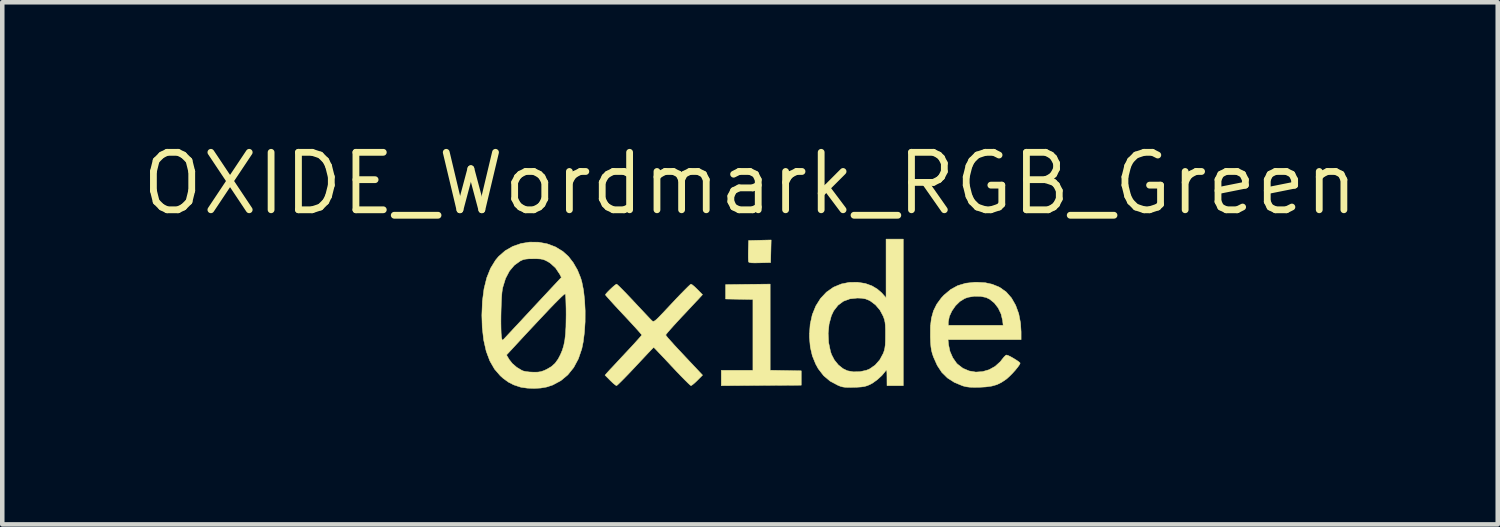
<source format=kicad_pcb>
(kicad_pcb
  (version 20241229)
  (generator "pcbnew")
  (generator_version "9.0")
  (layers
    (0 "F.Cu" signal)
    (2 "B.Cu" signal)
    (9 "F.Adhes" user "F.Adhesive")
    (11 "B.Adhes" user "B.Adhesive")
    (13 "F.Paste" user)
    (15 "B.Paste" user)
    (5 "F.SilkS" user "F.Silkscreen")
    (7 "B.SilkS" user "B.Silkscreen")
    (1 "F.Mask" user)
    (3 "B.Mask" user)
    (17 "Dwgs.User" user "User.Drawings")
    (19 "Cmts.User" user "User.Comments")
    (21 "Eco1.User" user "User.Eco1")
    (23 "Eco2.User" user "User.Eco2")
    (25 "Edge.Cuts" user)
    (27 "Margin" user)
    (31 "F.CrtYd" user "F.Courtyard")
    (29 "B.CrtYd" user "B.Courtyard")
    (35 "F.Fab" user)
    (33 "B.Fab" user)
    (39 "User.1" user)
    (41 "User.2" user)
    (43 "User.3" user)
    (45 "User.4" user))
  (footprint "OXIDE_Wordmark_RGB_Green"
    (layer "F.Cu")
    (at 13.524 1.006)
    (property "Reference" "OXIDE_Wordmark_RGB_Green" (at 0 0 0) (layer "F.SilkS") (effects (font (size 1.27 1.27) (thickness 0.15))))
    (attr through_hole)
    (fp_poly (pts (xy 0.445 4.126) (xy 0.788 4.132) (xy 1.132 4.138) (xy 1.132 4.456) (xy 0.249 4.461) (xy -0.635 4.467) (xy -0.635 4.128) (xy 0.064 4.128) (xy 0.064 2.562) (xy -0.54 2.551) (xy -0.54 2.233) (xy -0.048 2.227) (xy 0.445 2.222) (xy 0.445 4.126)) (stroke (width 0.01) (type solid)) (fill yes) (layer "F.SilkS"))
    (fp_poly (pts (xy 0.461 1.497) (xy 0.455 1.746) (xy 0.217 1.752) (xy 0.107 1.754) (xy 0.033 1.752) (xy -0.01 1.745) (xy -0.031 1.734) (xy -0.033 1.73) (xy -0.037 1.697) (xy -0.039 1.633) (xy -0.039 1.548) (xy -0.038 1.48) (xy -0.032 1.259) (xy 0.218 1.253) (xy 0.467 1.247) (xy 0.461 1.497)) (stroke (width 0.01) (type solid)) (fill yes) (layer "F.SilkS"))
    (fp_poly (pts (xy 3.387 4.466) (xy 3.027 4.466) (xy 3.026 4.281) (xy 3.025 4.193) (xy 3.022 4.142) (xy 3.017 4.121) (xy 3.006 4.126) (xy 2.99 4.149) (xy 2.914 4.241) (xy 2.814 4.333) (xy 2.707 4.41) (xy 2.648 4.442) (xy 2.586 4.468) (xy 2.526 4.485) (xy 2.455 4.495) (xy 2.361 4.501) (xy 2.297 4.503) (xy 2.189 4.505) (xy 2.111 4.503) (xy 2.05 4.495) (xy 1.996 4.48) (xy 1.942 4.458) (xy 1.769 4.366) (xy 1.626 4.245) (xy 1.507 4.091) (xy 1.45 3.987) (xy 1.377 3.807) (xy 1.332 3.614) (xy 1.313 3.399) (xy 1.313 3.342) (xy 1.315 3.308) (xy 1.727 3.308) (xy 1.737 3.514) (xy 1.778 3.71) (xy 1.801 3.779) (xy 1.864 3.9) (xy 1.952 4.008) (xy 2.056 4.091) (xy 2.151 4.137) (xy 2.285 4.161) (xy 2.431 4.157) (xy 2.57 4.127) (xy 2.641 4.098) (xy 2.764 4.013) (xy 2.867 3.896) (xy 2.943 3.755) (xy 2.946 3.748) (xy 2.966 3.692) (xy 2.979 3.635) (xy 2.988 3.568) (xy 2.992 3.479) (xy 2.993 3.36) (xy 2.993 3.344) (xy 2.993 3.223) (xy 2.99 3.134) (xy 2.983 3.066) (xy 2.971 3.01) (xy 2.952 2.955) (xy 2.944 2.933) (xy 2.872 2.798) (xy 2.773 2.681) (xy 2.657 2.594) (xy 2.628 2.579) (xy 2.553 2.549) (xy 2.47 2.534) (xy 2.371 2.53) (xy 2.206 2.548) (xy 2.063 2.601) (xy 1.944 2.69) (xy 1.849 2.812) (xy 1.797 2.922) (xy 1.747 3.107) (xy 1.727 3.308) (xy 1.315 3.308) (xy 1.329 3.11) (xy 1.376 2.897) (xy 1.454 2.705) (xy 1.559 2.538) (xy 1.69 2.399) (xy 1.844 2.291) (xy 2.014 2.22) (xy 2.191 2.184) (xy 2.372 2.181) (xy 2.547 2.208) (xy 2.694 2.261) (xy 2.81 2.33) (xy 2.906 2.412) (xy 2.92 2.427) (xy 3.006 2.525) (xy 3.006 1.228) (xy 3.387 1.228) (xy 3.387 4.466)) (stroke (width 0.01) (type solid)) (fill yes) (layer "F.SilkS"))
    (fp_poly (pts (xy 5.196 2.191) (xy 5.351 2.225) (xy 5.497 2.284) (xy 5.525 2.299) (xy 5.662 2.397) (xy 5.778 2.529) (xy 5.87 2.69) (xy 5.938 2.876) (xy 5.978 3.084) (xy 5.99 3.276) (xy 5.99 3.45) (xy 4.376 3.45) (xy 4.388 3.567) (xy 4.419 3.71) (xy 4.48 3.849) (xy 4.563 3.968) (xy 4.583 3.989) (xy 4.705 4.083) (xy 4.842 4.141) (xy 4.989 4.166) (xy 5.138 4.156) (xy 5.283 4.114) (xy 5.416 4.04) (xy 5.532 3.935) (xy 5.572 3.883) (xy 5.614 3.831) (xy 5.651 3.796) (xy 5.667 3.789) (xy 5.702 3.799) (xy 5.757 3.825) (xy 5.822 3.862) (xy 5.885 3.901) (xy 5.937 3.937) (xy 5.966 3.963) (xy 5.969 3.969) (xy 5.955 4.002) (xy 5.917 4.056) (xy 5.863 4.123) (xy 5.8 4.193) (xy 5.734 4.259) (xy 5.675 4.313) (xy 5.662 4.323) (xy 5.558 4.393) (xy 5.457 4.443) (xy 5.345 4.475) (xy 5.213 4.494) (xy 5.069 4.502) (xy 4.946 4.503) (xy 4.853 4.5) (xy 4.781 4.491) (xy 4.716 4.475) (xy 4.699 4.47) (xy 4.515 4.394) (xy 4.363 4.296) (xy 4.238 4.173) (xy 4.137 4.019) (xy 4.053 3.831) (xy 4.028 3.757) (xy 4.01 3.687) (xy 3.998 3.61) (xy 3.99 3.515) (xy 3.985 3.39) (xy 3.985 3.387) (xy 3.986 3.166) (xy 3.997 3.07) (xy 4.381 3.07) (xy 4.381 3.133) (xy 5.594 3.133) (xy 5.582 3.028) (xy 5.548 2.883) (xy 5.485 2.751) (xy 5.399 2.639) (xy 5.295 2.555) (xy 5.216 2.517) (xy 5.092 2.492) (xy 4.954 2.491) (xy 4.82 2.513) (xy 4.746 2.539) (xy 4.638 2.605) (xy 4.54 2.701) (xy 4.461 2.815) (xy 4.405 2.936) (xy 4.382 3.055) (xy 4.381 3.07) (xy 3.997 3.07) (xy 4.008 2.977) (xy 4.054 2.812) (xy 4.126 2.666) (xy 4.225 2.531) (xy 4.286 2.465) (xy 4.431 2.343) (xy 4.589 2.256) (xy 4.766 2.203) (xy 4.967 2.181) (xy 5.016 2.181) (xy 5.196 2.191)) (stroke (width 0.01) (type solid)) (fill yes) (layer "F.SilkS"))
    (fp_poly (pts (xy -1.278 2.237) (xy -1.232 2.274) (xy -1.176 2.327) (xy -1.164 2.339) (xy -1.05 2.455) (xy -1.103 2.513) (xy -1.132 2.545) (xy -1.186 2.602) (xy -1.259 2.68) (xy -1.347 2.774) (xy -1.444 2.878) (xy -1.51 2.947) (xy -1.608 3.053) (xy -1.695 3.148) (xy -1.768 3.23) (xy -1.823 3.294) (xy -1.855 3.334) (xy -1.863 3.347) (xy -1.849 3.368) (xy -1.81 3.416) (xy -1.749 3.484) (xy -1.672 3.57) (xy -1.582 3.667) (xy -1.53 3.722) (xy -1.43 3.829) (xy -1.335 3.93) (xy -1.251 4.019) (xy -1.182 4.092) (xy -1.136 4.141) (xy -1.124 4.154) (xy -1.049 4.234) (xy -1.164 4.35) (xy -1.222 4.405) (xy -1.271 4.446) (xy -1.302 4.466) (xy -1.305 4.466) (xy -1.326 4.451) (xy -1.371 4.409) (xy -1.437 4.344) (xy -1.52 4.26) (xy -1.616 4.16) (xy -1.72 4.049) (xy -1.726 4.043) (xy -1.83 3.932) (xy -1.924 3.832) (xy -2.005 3.747) (xy -2.068 3.68) (xy -2.11 3.637) (xy -2.128 3.62) (xy -2.128 3.619) (xy -2.144 3.634) (xy -2.185 3.676) (xy -2.247 3.741) (xy -2.326 3.825) (xy -2.419 3.924) (xy -2.523 4.035) (xy -2.53 4.043) (xy -2.635 4.154) (xy -2.731 4.254) (xy -2.815 4.34) (xy -2.882 4.406) (xy -2.928 4.45) (xy -2.95 4.466) (xy -2.951 4.466) (xy -2.976 4.452) (xy -3.022 4.415) (xy -3.079 4.361) (xy -3.09 4.35) (xy -3.204 4.235) (xy -3.163 4.187) (xy -3.138 4.159) (xy -3.088 4.105) (xy -3.017 4.03) (xy -2.932 3.938) (xy -2.835 3.834) (xy -2.757 3.751) (xy -2.657 3.644) (xy -2.568 3.548) (xy -2.493 3.465) (xy -2.436 3.401) (xy -2.401 3.36) (xy -2.392 3.346) (xy -2.406 3.327) (xy -2.445 3.282) (xy -2.506 3.213) (xy -2.585 3.127) (xy -2.678 3.026) (xy -2.782 2.914) (xy -2.794 2.902) (xy -2.899 2.79) (xy -2.993 2.688) (xy -3.074 2.599) (xy -3.137 2.529) (xy -3.179 2.481) (xy -3.196 2.459) (xy -3.196 2.459) (xy -3.182 2.435) (xy -3.144 2.393) (xy -3.093 2.342) (xy -3.039 2.291) (xy -2.99 2.249) (xy -2.956 2.225) (xy -2.949 2.223) (xy -2.929 2.237) (xy -2.884 2.279) (xy -2.819 2.344) (xy -2.738 2.427) (xy -2.645 2.525) (xy -2.566 2.609) (xy -2.465 2.717) (xy -2.371 2.817) (xy -2.29 2.903) (xy -2.225 2.972) (xy -2.181 3.017) (xy -2.164 3.033) (xy -2.151 3.043) (xy -2.137 3.047) (xy -2.118 3.041) (xy -2.091 3.023) (xy -2.052 2.989) (xy -1.999 2.936) (xy -1.926 2.86) (xy -1.832 2.76) (xy -1.726 2.647) (xy -1.621 2.535) (xy -1.525 2.435) (xy -1.441 2.35) (xy -1.374 2.283) (xy -1.327 2.239) (xy -1.305 2.223) (xy -1.305 2.223) (xy -1.278 2.237)) (stroke (width 0.01) (type solid)) (fill yes) (layer "F.SilkS"))
    (fp_poly (pts (xy -4.675 1.296) (xy -4.485 1.331) (xy -4.304 1.398) (xy -4.138 1.498) (xy -4.011 1.613) (xy -3.906 1.749) (xy -3.813 1.911) (xy -3.742 2.086) (xy -3.717 2.17) (xy -3.679 2.36) (xy -3.655 2.579) (xy -3.643 2.814) (xy -3.644 3.053) (xy -3.659 3.286) (xy -3.686 3.499) (xy -3.717 3.651) (xy -3.793 3.873) (xy -3.896 4.065) (xy -4.026 4.227) (xy -4.181 4.356) (xy -4.36 4.452) (xy -4.497 4.497) (xy -4.625 4.519) (xy -4.774 4.527) (xy -4.923 4.521) (xy -5.056 4.502) (xy -5.08 4.496) (xy -5.221 4.449) (xy -5.342 4.387) (xy -5.459 4.301) (xy -5.518 4.248) (xy -5.646 4.1) (xy -5.75 3.919) (xy -5.799 3.788) (xy -5.381 3.788) (xy -5.324 3.886) (xy -5.253 3.977) (xy -5.155 4.061) (xy -5.047 4.126) (xy -5.01 4.142) (xy -4.955 4.154) (xy -4.875 4.164) (xy -4.786 4.168) (xy -4.782 4.168) (xy -4.689 4.167) (xy -4.619 4.156) (xy -4.552 4.133) (xy -4.492 4.105) (xy -4.388 4.044) (xy -4.308 3.972) (xy -4.24 3.878) (xy -4.187 3.776) (xy -4.147 3.68) (xy -4.116 3.577) (xy -4.093 3.462) (xy -4.078 3.328) (xy -4.068 3.167) (xy -4.065 2.974) (xy -4.064 2.893) (xy -4.065 2.761) (xy -4.068 2.644) (xy -4.071 2.546) (xy -4.076 2.477) (xy -4.081 2.441) (xy -4.082 2.439) (xy -4.094 2.441) (xy -4.123 2.463) (xy -4.17 2.506) (xy -4.236 2.571) (xy -4.323 2.658) (xy -4.431 2.77) (xy -4.561 2.908) (xy -4.716 3.073) (xy -4.896 3.265) (xy -5.102 3.487) (xy -5.258 3.656) (xy -5.381 3.788) (xy -5.799 3.788) (xy -5.83 3.705) (xy -5.886 3.457) (xy -5.918 3.174) (xy -5.921 3.067) (xy -5.505 3.067) (xy -5.503 3.197) (xy -5.5 3.305) (xy -5.493 3.384) (xy -5.49 3.407) (xy -5.479 3.451) (xy -5.466 3.46) (xy -5.441 3.437) (xy -5.44 3.436) (xy -5.418 3.413) (xy -5.37 3.362) (xy -5.3 3.287) (xy -5.211 3.191) (xy -5.105 3.078) (xy -4.987 2.951) (xy -4.859 2.814) (xy -4.786 2.735) (xy -4.169 2.074) (xy -4.204 2.005) (xy -4.298 1.864) (xy -4.417 1.757) (xy -4.47 1.724) (xy -4.528 1.694) (xy -4.578 1.676) (xy -4.635 1.666) (xy -4.712 1.662) (xy -4.784 1.662) (xy -4.887 1.663) (xy -4.96 1.67) (xy -5.016 1.683) (xy -5.067 1.706) (xy -5.074 1.709) (xy -5.207 1.804) (xy -5.317 1.934) (xy -5.402 2.096) (xy -5.462 2.29) (xy -5.472 2.337) (xy -5.482 2.41) (xy -5.49 2.513) (xy -5.496 2.64) (xy -5.501 2.78) (xy -5.504 2.925) (xy -5.505 3.067) (xy -5.921 3.067) (xy -5.926 2.91) (xy -5.914 2.6) (xy -5.878 2.325) (xy -5.818 2.083) (xy -5.734 1.873) (xy -5.625 1.695) (xy -5.557 1.613) (xy -5.41 1.484) (xy -5.242 1.388) (xy -5.06 1.325) (xy -4.869 1.294) (xy -4.675 1.296)) (stroke (width 0.01) (type solid)) (fill yes) (layer "F.SilkS")))
  (gr_rect
    (start -3 -3)
    (end 30.047 8.538)
    (stroke (width 0.1) (type default))
    (fill no)
    (layer "Edge.Cuts")))
</source>
